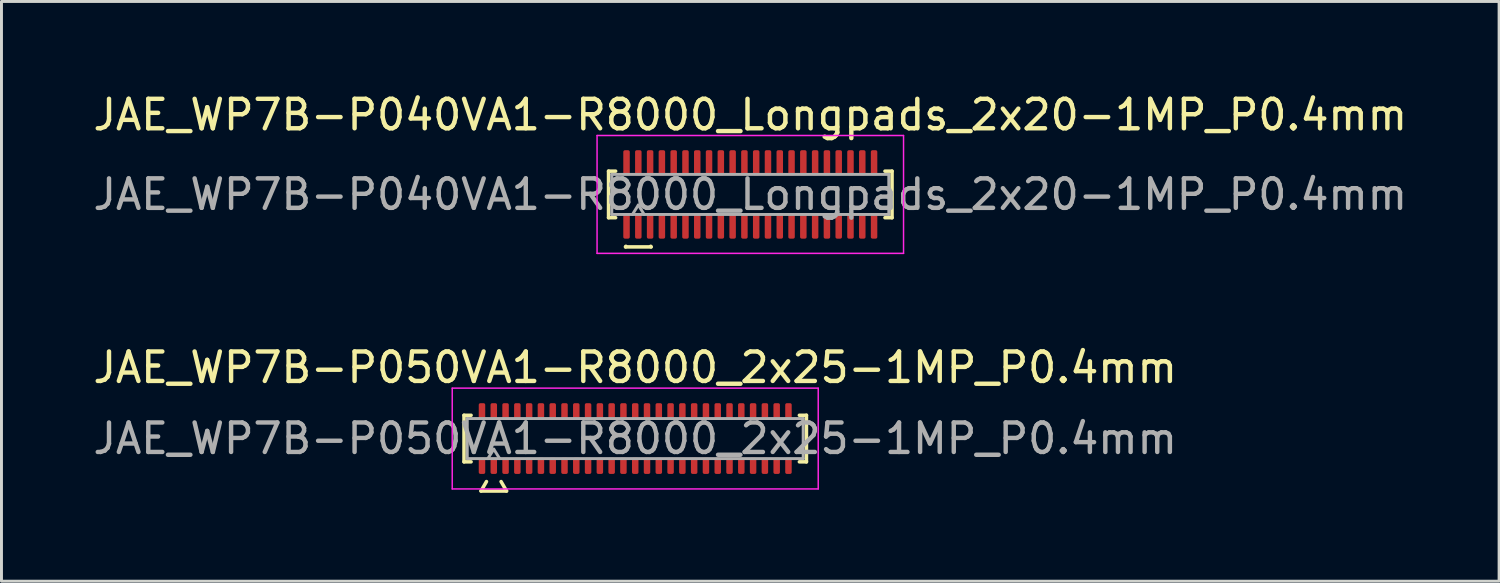
<source format=kicad_pcb>
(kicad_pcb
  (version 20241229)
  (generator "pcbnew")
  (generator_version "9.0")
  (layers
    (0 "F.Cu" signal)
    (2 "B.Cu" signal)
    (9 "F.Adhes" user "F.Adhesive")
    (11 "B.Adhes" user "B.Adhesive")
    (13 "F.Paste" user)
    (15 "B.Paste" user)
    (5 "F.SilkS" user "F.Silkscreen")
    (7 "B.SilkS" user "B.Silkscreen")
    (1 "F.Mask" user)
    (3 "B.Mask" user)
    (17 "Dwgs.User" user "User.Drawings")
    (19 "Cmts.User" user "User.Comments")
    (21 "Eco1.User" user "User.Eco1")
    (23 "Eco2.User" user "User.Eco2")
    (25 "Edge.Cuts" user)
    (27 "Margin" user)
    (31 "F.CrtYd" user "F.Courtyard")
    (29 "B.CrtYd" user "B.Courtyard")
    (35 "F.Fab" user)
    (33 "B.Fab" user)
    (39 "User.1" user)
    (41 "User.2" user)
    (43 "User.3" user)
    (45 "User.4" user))
  (footprint "JAE_WP7B-P040VA1-R8000_Longpads_2x20-1MP_P0.4mm"
    (layer "F.Cu")
    (at 22.411 3.548)
    (property "Reference" "JAE_WP7B-P040VA1-R8000_Longpads_2x20-1MP_P0.4mm" (at 0 -2.7 0) (layer "F.SilkS") (effects (font (size 1 1) (thickness 0.15))))
    (attr smd)
    (fp_line (start -4.81 -0.79) (end -4.57 -0.79) (stroke (width 0.12) (type solid)) (layer "F.SilkS"))
    (fp_line (start -4.81 0.79) (end -4.81 -0.79) (stroke (width 0.12) (type solid)) (layer "F.SilkS"))
    (fp_line (start -4.57 0.79) (end -4.81 0.79) (stroke (width 0.12) (type solid)) (layer "F.SilkS"))
    (fp_line (start -4.233 1.78) (end -4.221 1.76) (stroke (width 0.12) (type solid)) (layer "F.SilkS"))
    (fp_line (start -3.379 1.76) (end -3.367 1.78) (stroke (width 0.12) (type solid)) (layer "F.SilkS"))
    (fp_line (start -3.367 1.78) (end -4.233 1.78) (stroke (width 0.12) (type solid)) (layer "F.SilkS"))
    (fp_line (start 4.57 -0.79) (end 4.81 -0.79) (stroke (width 0.12) (type solid)) (layer "F.SilkS"))
    (fp_line (start 4.81 -0.79) (end 4.81 0.79) (stroke (width 0.12) (type solid)) (layer "F.SilkS"))
    (fp_line (start 4.81 0.79) (end 4.57 0.79) (stroke (width 0.12) (type solid)) (layer "F.SilkS"))
    (fp_line (start -5.2 -2) (end -5.2 2) (stroke (width 0.05) (type solid)) (layer "F.CrtYd"))
    (fp_line (start -5.2 2) (end 5.2 2) (stroke (width 0.05) (type solid)) (layer "F.CrtYd"))
    (fp_line (start 5.2 -2) (end -5.2 -2) (stroke (width 0.05) (type solid)) (layer "F.CrtYd"))
    (fp_line (start 5.2 2) (end 5.2 -2) (stroke (width 0.05) (type solid)) (layer "F.CrtYd"))
    (fp_line (start -4.7 -0.68) (end 4.7 -0.68) (stroke (width 0.1) (type solid)) (layer "F.Fab"))
    (fp_line (start -4.7 0.68) (end -4.7 -0.68) (stroke (width 0.1) (type solid)) (layer "F.Fab"))
    (fp_line (start -4 0.68) (end -3.8 0.36) (stroke (width 0.1) (type solid)) (layer "F.Fab"))
    (fp_line (start -3.8 0.36) (end -3.6 0.68) (stroke (width 0.1) (type solid)) (layer "F.Fab"))
    (fp_line (start 4.7 -0.68) (end 4.7 0.68) (stroke (width 0.1) (type solid)) (layer "F.Fab"))
    (fp_line (start 4.7 0.68) (end -4.7 0.68) (stroke (width 0.1) (type solid)) (layer "F.Fab"))
    (fp_text user "${REFERENCE}" (at 0 0 0) (layer "F.Fab") (effects (font (size 1 1) (thickness 0.15))))
    (pad "1" smd roundrect (at -3.8 1.075) (size 0.22 0.85) (layers "F.Cu" "F.Mask" "F.Paste") (roundrect_rratio 0.25))
    (pad "2" smd roundrect (at -3.8 -1.075) (size 0.22 0.85) (layers "F.Cu" "F.Mask" "F.Paste") (roundrect_rratio 0.25))
    (pad "3" smd roundrect (at -3.4 1.075) (size 0.22 0.85) (layers "F.Cu" "F.Mask" "F.Paste") (roundrect_rratio 0.25))
    (pad "4" smd roundrect (at -3.4 -1.075) (size 0.22 0.85) (layers "F.Cu" "F.Mask" "F.Paste") (roundrect_rratio 0.25))
    (pad "5" smd roundrect (at -3 1.075) (size 0.22 0.85) (layers "F.Cu" "F.Mask" "F.Paste") (roundrect_rratio 0.25))
    (pad "6" smd roundrect (at -3 -1.075) (size 0.22 0.85) (layers "F.Cu" "F.Mask" "F.Paste") (roundrect_rratio 0.25))
    (pad "7" smd roundrect (at -2.6 1.075) (size 0.22 0.85) (layers "F.Cu" "F.Mask" "F.Paste") (roundrect_rratio 0.25))
    (pad "8" smd roundrect (at -2.6 -1.075) (size 0.22 0.85) (layers "F.Cu" "F.Mask" "F.Paste") (roundrect_rratio 0.25))
    (pad "9" smd roundrect (at -2.2 1.075) (size 0.22 0.85) (layers "F.Cu" "F.Mask" "F.Paste") (roundrect_rratio 0.25))
    (pad "10" smd roundrect (at -2.2 -1.075) (size 0.22 0.85) (layers "F.Cu" "F.Mask" "F.Paste") (roundrect_rratio 0.25))
    (pad "11" smd roundrect (at -1.8 1.075) (size 0.22 0.85) (layers "F.Cu" "F.Mask" "F.Paste") (roundrect_rratio 0.25))
    (pad "12" smd roundrect (at -1.8 -1.075) (size 0.22 0.85) (layers "F.Cu" "F.Mask" "F.Paste") (roundrect_rratio 0.25))
    (pad "13" smd roundrect (at -1.4 1.075) (size 0.22 0.85) (layers "F.Cu" "F.Mask" "F.Paste") (roundrect_rratio 0.25))
    (pad "14" smd roundrect (at -1.4 -1.075) (size 0.22 0.85) (layers "F.Cu" "F.Mask" "F.Paste") (roundrect_rratio 0.25))
    (pad "15" smd roundrect (at -1 1.075) (size 0.22 0.85) (layers "F.Cu" "F.Mask" "F.Paste") (roundrect_rratio 0.25))
    (pad "16" smd roundrect (at -1 -1.075) (size 0.22 0.85) (layers "F.Cu" "F.Mask" "F.Paste") (roundrect_rratio 0.25))
    (pad "17" smd roundrect (at -0.6 1.075) (size 0.22 0.85) (layers "F.Cu" "F.Mask" "F.Paste") (roundrect_rratio 0.25))
    (pad "18" smd roundrect (at -0.6 -1.075) (size 0.22 0.85) (layers "F.Cu" "F.Mask" "F.Paste") (roundrect_rratio 0.25))
    (pad "19" smd roundrect (at -0.2 1.075) (size 0.22 0.85) (layers "F.Cu" "F.Mask" "F.Paste") (roundrect_rratio 0.25))
    (pad "20" smd roundrect (at -0.2 -1.075) (size 0.22 0.85) (layers "F.Cu" "F.Mask" "F.Paste") (roundrect_rratio 0.25))
    (pad "21" smd roundrect (at 0.2 1.075) (size 0.22 0.85) (layers "F.Cu" "F.Mask" "F.Paste") (roundrect_rratio 0.25))
    (pad "22" smd roundrect (at 0.2 -1.075) (size 0.22 0.85) (layers "F.Cu" "F.Mask" "F.Paste") (roundrect_rratio 0.25))
    (pad "23" smd roundrect (at 0.6 1.075) (size 0.22 0.85) (layers "F.Cu" "F.Mask" "F.Paste") (roundrect_rratio 0.25))
    (pad "24" smd roundrect (at 0.6 -1.075) (size 0.22 0.85) (layers "F.Cu" "F.Mask" "F.Paste") (roundrect_rratio 0.25))
    (pad "25" smd roundrect (at 1 1.075) (size 0.22 0.85) (layers "F.Cu" "F.Mask" "F.Paste") (roundrect_rratio 0.25))
    (pad "26" smd roundrect (at 1 -1.075) (size 0.22 0.85) (layers "F.Cu" "F.Mask" "F.Paste") (roundrect_rratio 0.25))
    (pad "27" smd roundrect (at 1.4 1.075) (size 0.22 0.85) (layers "F.Cu" "F.Mask" "F.Paste") (roundrect_rratio 0.25))
    (pad "28" smd roundrect (at 1.4 -1.075) (size 0.22 0.85) (layers "F.Cu" "F.Mask" "F.Paste") (roundrect_rratio 0.25))
    (pad "29" smd roundrect (at 1.8 1.075) (size 0.22 0.85) (layers "F.Cu" "F.Mask" "F.Paste") (roundrect_rratio 0.25))
    (pad "30" smd roundrect (at 1.8 -1.075) (size 0.22 0.85) (layers "F.Cu" "F.Mask" "F.Paste") (roundrect_rratio 0.25))
    (pad "31" smd roundrect (at 2.2 1.075) (size 0.22 0.85) (layers "F.Cu" "F.Mask" "F.Paste") (roundrect_rratio 0.25))
    (pad "32" smd roundrect (at 2.2 -1.075) (size 0.22 0.85) (layers "F.Cu" "F.Mask" "F.Paste") (roundrect_rratio 0.25))
    (pad "33" smd roundrect (at 2.6 1.075) (size 0.22 0.85) (layers "F.Cu" "F.Mask" "F.Paste") (roundrect_rratio 0.25))
    (pad "34" smd roundrect (at 2.6 -1.075) (size 0.22 0.85) (layers "F.Cu" "F.Mask" "F.Paste") (roundrect_rratio 0.25))
    (pad "35" smd roundrect (at 3 1.075) (size 0.22 0.85) (layers "F.Cu" "F.Mask" "F.Paste") (roundrect_rratio 0.25))
    (pad "36" smd roundrect (at 3 -1.075) (size 0.22 0.85) (layers "F.Cu" "F.Mask" "F.Paste") (roundrect_rratio 0.25))
    (pad "37" smd roundrect (at 3.4 1.075) (size 0.22 0.85) (layers "F.Cu" "F.Mask" "F.Paste") (roundrect_rratio 0.25))
    (pad "38" smd roundrect (at 3.4 -1.075) (size 0.22 0.85) (layers "F.Cu" "F.Mask" "F.Paste") (roundrect_rratio 0.25))
    (pad "39" smd roundrect (at 3.8 1.075) (size 0.22 0.85) (layers "F.Cu" "F.Mask" "F.Paste") (roundrect_rratio 0.25))
    (pad "40" smd roundrect (at 3.8 -1.075) (size 0.22 0.85) (layers "F.Cu" "F.Mask" "F.Paste") (roundrect_rratio 0.25))
    (pad "MP" smd roundrect (at -4.2 -1.075) (size 0.22 0.85) (layers "F.Cu" "F.Mask" "F.Paste") (roundrect_rratio 0.25))
    (pad "MP" smd roundrect (at -4.2 1.075) (size 0.22 0.85) (layers "F.Cu" "F.Mask" "F.Paste") (roundrect_rratio 0.25))
    (pad "MP" smd roundrect (at 4.2 -1.075) (size 0.22 0.85) (layers "F.Cu" "F.Mask" "F.Paste") (roundrect_rratio 0.25))
    (pad "MP" smd roundrect (at 4.2 1.075) (size 0.22 0.85) (layers "F.Cu" "F.Mask" "F.Paste") (roundrect_rratio 0.25)))
  (footprint "JAE_WP7B-P050VA1-R8000_2x25-1MP_P0.4mm"
    (layer "F.Cu")
    (at 18.506 11.832)
    (property "Reference" "JAE_WP7B-P050VA1-R8000_2x25-1MP_P0.4mm" (at 0 -2.41 0) (layer "F.SilkS") (effects (font (size 1 1) (thickness 0.15))))
    (attr smd)
    (fp_line (start -5.81 -0.79) (end -5.57 -0.79) (stroke (width 0.12) (type solid)) (layer "F.SilkS"))
    (fp_line (start -5.81 0.79) (end -5.81 -0.79) (stroke (width 0.12) (type solid)) (layer "F.SilkS"))
    (fp_line (start -5.57 0.79) (end -5.81 0.79) (stroke (width 0.12) (type solid)) (layer "F.SilkS"))
    (fp_line (start -5.233 1.78) (end -5.048 1.46) (stroke (width 0.12) (type solid)) (layer "F.SilkS"))
    (fp_line (start -4.552 1.46) (end -4.367 1.78) (stroke (width 0.12) (type solid)) (layer "F.SilkS"))
    (fp_line (start -4.367 1.78) (end -5.233 1.78) (stroke (width 0.12) (type solid)) (layer "F.SilkS"))
    (fp_line (start 5.57 -0.79) (end 5.81 -0.79) (stroke (width 0.12) (type solid)) (layer "F.SilkS"))
    (fp_line (start 5.81 -0.79) (end 5.81 0.79) (stroke (width 0.12) (type solid)) (layer "F.SilkS"))
    (fp_line (start 5.81 0.79) (end 5.57 0.79) (stroke (width 0.12) (type solid)) (layer "F.SilkS"))
    (fp_line (start -6.21 -1.71) (end -6.21 1.71) (stroke (width 0.05) (type solid)) (layer "F.CrtYd"))
    (fp_line (start -6.21 1.71) (end 6.21 1.71) (stroke (width 0.05) (type solid)) (layer "F.CrtYd"))
    (fp_line (start 6.21 -1.71) (end -6.21 -1.71) (stroke (width 0.05) (type solid)) (layer "F.CrtYd"))
    (fp_line (start 6.21 1.71) (end 6.21 -1.71) (stroke (width 0.05) (type solid)) (layer "F.CrtYd"))
    (fp_line (start -5.7 -0.68) (end 5.7 -0.68) (stroke (width 0.1) (type solid)) (layer "F.Fab"))
    (fp_line (start -5.7 0.68) (end -5.7 -0.68) (stroke (width 0.1) (type solid)) (layer "F.Fab"))
    (fp_line (start -5 0.68) (end -4.8 0.36) (stroke (width 0.1) (type solid)) (layer "F.Fab"))
    (fp_line (start -4.8 0.36) (end -4.6 0.68) (stroke (width 0.1) (type solid)) (layer "F.Fab"))
    (fp_line (start 5.7 -0.68) (end 5.7 0.68) (stroke (width 0.1) (type solid)) (layer "F.Fab"))
    (fp_line (start 5.7 0.68) (end -5.7 0.68) (stroke (width 0.1) (type solid)) (layer "F.Fab"))
    (fp_text user "${REFERENCE}" (at 0 0 0) (layer "F.Fab") (effects (font (size 1 1) (thickness 0.15))))
    (pad "1" smd roundrect (at -4.8 0.925) (size 0.22 0.55) (layers "F.Cu" "F.Mask" "F.Paste") (roundrect_rratio 0.25))
    (pad "2" smd roundrect (at -4.8 -0.925) (size 0.22 0.55) (layers "F.Cu" "F.Mask" "F.Paste") (roundrect_rratio 0.25))
    (pad "3" smd roundrect (at -4.4 0.925) (size 0.22 0.55) (layers "F.Cu" "F.Mask" "F.Paste") (roundrect_rratio 0.25))
    (pad "4" smd roundrect (at -4.4 -0.925) (size 0.22 0.55) (layers "F.Cu" "F.Mask" "F.Paste") (roundrect_rratio 0.25))
    (pad "5" smd roundrect (at -4 0.925) (size 0.22 0.55) (layers "F.Cu" "F.Mask" "F.Paste") (roundrect_rratio 0.25))
    (pad "6" smd roundrect (at -4 -0.925) (size 0.22 0.55) (layers "F.Cu" "F.Mask" "F.Paste") (roundrect_rratio 0.25))
    (pad "7" smd roundrect (at -3.6 0.925) (size 0.22 0.55) (layers "F.Cu" "F.Mask" "F.Paste") (roundrect_rratio 0.25))
    (pad "8" smd roundrect (at -3.6 -0.925) (size 0.22 0.55) (layers "F.Cu" "F.Mask" "F.Paste") (roundrect_rratio 0.25))
    (pad "9" smd roundrect (at -3.2 0.925) (size 0.22 0.55) (layers "F.Cu" "F.Mask" "F.Paste") (roundrect_rratio 0.25))
    (pad "10" smd roundrect (at -3.2 -0.925) (size 0.22 0.55) (layers "F.Cu" "F.Mask" "F.Paste") (roundrect_rratio 0.25))
    (pad "11" smd roundrect (at -2.8 0.925) (size 0.22 0.55) (layers "F.Cu" "F.Mask" "F.Paste") (roundrect_rratio 0.25))
    (pad "12" smd roundrect (at -2.8 -0.925) (size 0.22 0.55) (layers "F.Cu" "F.Mask" "F.Paste") (roundrect_rratio 0.25))
    (pad "13" smd roundrect (at -2.4 0.925) (size 0.22 0.55) (layers "F.Cu" "F.Mask" "F.Paste") (roundrect_rratio 0.25))
    (pad "14" smd roundrect (at -2.4 -0.925) (size 0.22 0.55) (layers "F.Cu" "F.Mask" "F.Paste") (roundrect_rratio 0.25))
    (pad "15" smd roundrect (at -2 0.925) (size 0.22 0.55) (layers "F.Cu" "F.Mask" "F.Paste") (roundrect_rratio 0.25))
    (pad "16" smd roundrect (at -2 -0.925) (size 0.22 0.55) (layers "F.Cu" "F.Mask" "F.Paste") (roundrect_rratio 0.25))
    (pad "17" smd roundrect (at -1.6 0.925) (size 0.22 0.55) (layers "F.Cu" "F.Mask" "F.Paste") (roundrect_rratio 0.25))
    (pad "18" smd roundrect (at -1.6 -0.925) (size 0.22 0.55) (layers "F.Cu" "F.Mask" "F.Paste") (roundrect_rratio 0.25))
    (pad "19" smd roundrect (at -1.2 0.925) (size 0.22 0.55) (layers "F.Cu" "F.Mask" "F.Paste") (roundrect_rratio 0.25))
    (pad "20" smd roundrect (at -1.2 -0.925) (size 0.22 0.55) (layers "F.Cu" "F.Mask" "F.Paste") (roundrect_rratio 0.25))
    (pad "21" smd roundrect (at -0.8 0.925) (size 0.22 0.55) (layers "F.Cu" "F.Mask" "F.Paste") (roundrect_rratio 0.25))
    (pad "22" smd roundrect (at -0.8 -0.925) (size 0.22 0.55) (layers "F.Cu" "F.Mask" "F.Paste") (roundrect_rratio 0.25))
    (pad "23" smd roundrect (at -0.4 0.925) (size 0.22 0.55) (layers "F.Cu" "F.Mask" "F.Paste") (roundrect_rratio 0.25))
    (pad "24" smd roundrect (at -0.4 -0.925) (size 0.22 0.55) (layers "F.Cu" "F.Mask" "F.Paste") (roundrect_rratio 0.25))
    (pad "25" smd roundrect (at 0 0.925) (size 0.22 0.55) (layers "F.Cu" "F.Mask" "F.Paste") (roundrect_rratio 0.25))
    (pad "26" smd roundrect (at 0 -0.925) (size 0.22 0.55) (layers "F.Cu" "F.Mask" "F.Paste") (roundrect_rratio 0.25))
    (pad "27" smd roundrect (at 0.4 0.925) (size 0.22 0.55) (layers "F.Cu" "F.Mask" "F.Paste") (roundrect_rratio 0.25))
    (pad "28" smd roundrect (at 0.4 -0.925) (size 0.22 0.55) (layers "F.Cu" "F.Mask" "F.Paste") (roundrect_rratio 0.25))
    (pad "29" smd roundrect (at 0.8 0.925) (size 0.22 0.55) (layers "F.Cu" "F.Mask" "F.Paste") (roundrect_rratio 0.25))
    (pad "30" smd roundrect (at 0.8 -0.925) (size 0.22 0.55) (layers "F.Cu" "F.Mask" "F.Paste") (roundrect_rratio 0.25))
    (pad "31" smd roundrect (at 1.2 0.925) (size 0.22 0.55) (layers "F.Cu" "F.Mask" "F.Paste") (roundrect_rratio 0.25))
    (pad "32" smd roundrect (at 1.2 -0.925) (size 0.22 0.55) (layers "F.Cu" "F.Mask" "F.Paste") (roundrect_rratio 0.25))
    (pad "33" smd roundrect (at 1.6 0.925) (size 0.22 0.55) (layers "F.Cu" "F.Mask" "F.Paste") (roundrect_rratio 0.25))
    (pad "34" smd roundrect (at 1.6 -0.925) (size 0.22 0.55) (layers "F.Cu" "F.Mask" "F.Paste") (roundrect_rratio 0.25))
    (pad "35" smd roundrect (at 2 0.925) (size 0.22 0.55) (layers "F.Cu" "F.Mask" "F.Paste") (roundrect_rratio 0.25))
    (pad "36" smd roundrect (at 2 -0.925) (size 0.22 0.55) (layers "F.Cu" "F.Mask" "F.Paste") (roundrect_rratio 0.25))
    (pad "37" smd roundrect (at 2.4 0.925) (size 0.22 0.55) (layers "F.Cu" "F.Mask" "F.Paste") (roundrect_rratio 0.25))
    (pad "38" smd roundrect (at 2.4 -0.925) (size 0.22 0.55) (layers "F.Cu" "F.Mask" "F.Paste") (roundrect_rratio 0.25))
    (pad "39" smd roundrect (at 2.8 0.925) (size 0.22 0.55) (layers "F.Cu" "F.Mask" "F.Paste") (roundrect_rratio 0.25))
    (pad "40" smd roundrect (at 2.8 -0.925) (size 0.22 0.55) (layers "F.Cu" "F.Mask" "F.Paste") (roundrect_rratio 0.25))
    (pad "41" smd roundrect (at 3.2 0.925) (size 0.22 0.55) (layers "F.Cu" "F.Mask" "F.Paste") (roundrect_rratio 0.25))
    (pad "42" smd roundrect (at 3.2 -0.925) (size 0.22 0.55) (layers "F.Cu" "F.Mask" "F.Paste") (roundrect_rratio 0.25))
    (pad "43" smd roundrect (at 3.6 0.925) (size 0.22 0.55) (layers "F.Cu" "F.Mask" "F.Paste") (roundrect_rratio 0.25))
    (pad "44" smd roundrect (at 3.6 -0.925) (size 0.22 0.55) (layers "F.Cu" "F.Mask" "F.Paste") (roundrect_rratio 0.25))
    (pad "45" smd roundrect (at 4 0.925) (size 0.22 0.55) (layers "F.Cu" "F.Mask" "F.Paste") (roundrect_rratio 0.25))
    (pad "46" smd roundrect (at 4 -0.925) (size 0.22 0.55) (layers "F.Cu" "F.Mask" "F.Paste") (roundrect_rratio 0.25))
    (pad "47" smd roundrect (at 4.4 0.925) (size 0.22 0.55) (layers "F.Cu" "F.Mask" "F.Paste") (roundrect_rratio 0.25))
    (pad "48" smd roundrect (at 4.4 -0.925) (size 0.22 0.55) (layers "F.Cu" "F.Mask" "F.Paste") (roundrect_rratio 0.25))
    (pad "49" smd roundrect (at 4.8 0.925) (size 0.22 0.55) (layers "F.Cu" "F.Mask" "F.Paste") (roundrect_rratio 0.25))
    (pad "50" smd roundrect (at 4.8 -0.925) (size 0.22 0.55) (layers "F.Cu" "F.Mask" "F.Paste") (roundrect_rratio 0.25))
    (pad "MP" smd roundrect (at -5.2 -0.925) (size 0.22 0.55) (layers "F.Cu" "F.Mask" "F.Paste") (roundrect_rratio 0.25))
    (pad "MP" smd roundrect (at -5.2 0.925) (size 0.22 0.55) (layers "F.Cu" "F.Mask" "F.Paste") (roundrect_rratio 0.25))
    (pad "MP" smd roundrect (at 5.2 -0.925) (size 0.22 0.55) (layers "F.Cu" "F.Mask" "F.Paste") (roundrect_rratio 0.25))
    (pad "MP" smd roundrect (at 5.2 0.925) (size 0.22 0.55) (layers "F.Cu" "F.Mask" "F.Paste") (roundrect_rratio 0.25)))
  (gr_rect
    (start -3 -3)
    (end 47.821 16.672)
    (stroke (width 0.1) (type default))
    (fill no)
    (layer "Edge.Cuts")))
</source>
